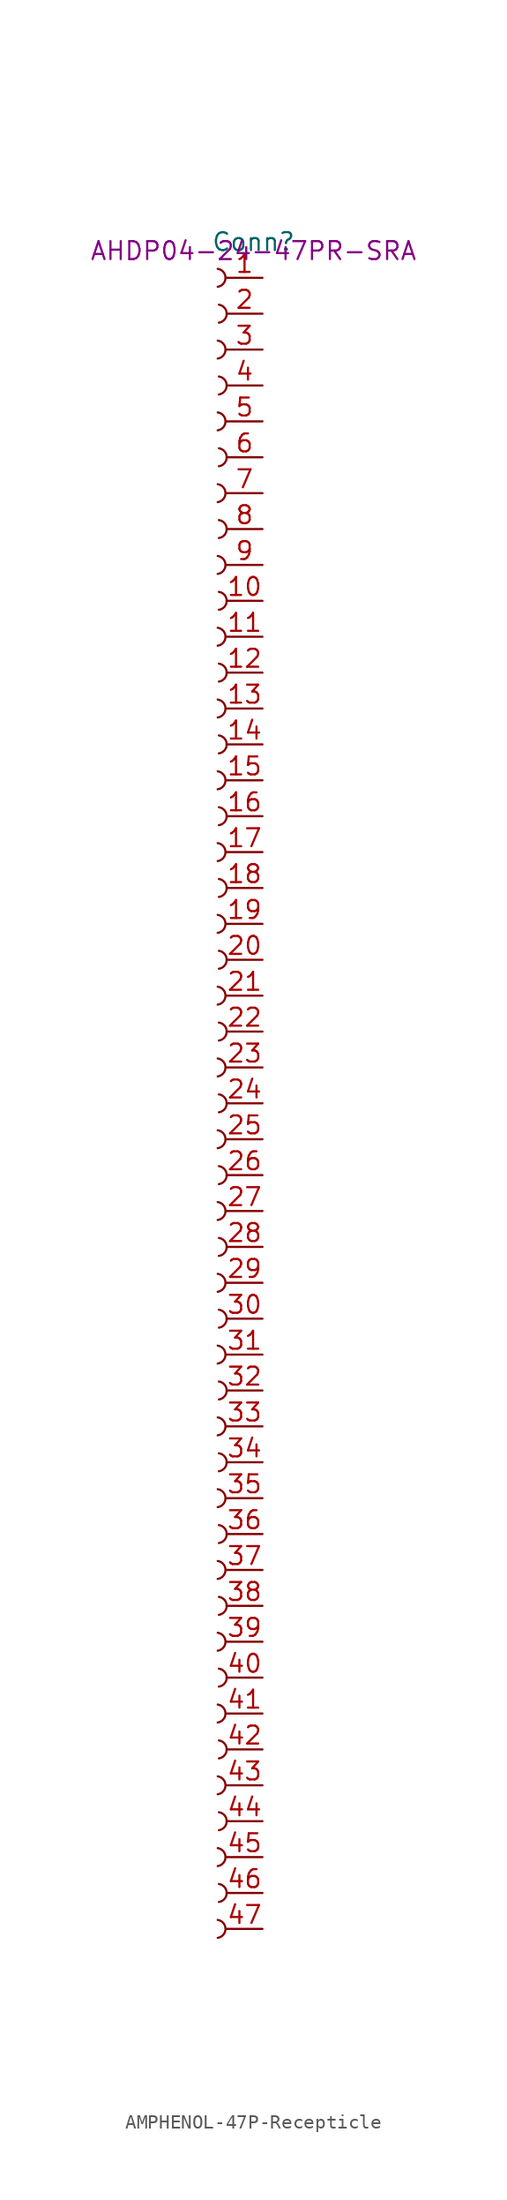
<source format=kicad_sym>
(kicad_symbol_lib
  (version 20220914)
  (generator kicad_symbol_editor)
  (symbol "AMPHENOL-47P-Recepticle"
    (property "Reference" "Conn"
      (at 0 0.635 0)
      (effects (font (size 1.27 1.27))))
    (property "P/N" "AHDP04-24-47PR-SRA"
      (at 0 0 0)
      (effects (font (size 1.27 1.27))))
    (symbol "AMPHENOL-47P-Recepticle_0_1"
      (arc (start -2.5368 -119.3807) (mid -1.9833 -118.7463) (end -2.5355 -118.1107) (stroke (width 0) (type default)) (fill (type none)))
      (arc (start -2.5368 -114.3007) (mid -1.9833 -113.6663) (end -2.5355 -113.0307) (stroke (width 0) (type default)) (fill (type none)))
      (arc (start -2.5368 -109.2207) (mid -1.9833 -108.5863) (end -2.5355 -107.9507) (stroke (width 0) (type default)) (fill (type none)))
      (arc (start -2.5368 -104.1407) (mid -1.9833 -103.5063) (end -2.5355 -102.8707) (stroke (width 0) (type default)) (fill (type none)))
      (arc (start -2.5368 -99.0607) (mid -1.9833 -98.4263) (end -2.5355 -97.7907) (stroke (width 0) (type default)) (fill (type none)))
      (arc (start -2.5368 -93.9807) (mid -1.9833 -93.3463) (end -2.5355 -92.7107) (stroke (width 0) (type default)) (fill (type none)))
      (arc (start -2.5368 -88.9007) (mid -1.9833 -88.2663) (end -2.5355 -87.6307) (stroke (width 0) (type default)) (fill (type none)))
      (arc (start -2.5368 -83.8207) (mid -1.9833 -83.1863) (end -2.5355 -82.5507) (stroke (width 0) (type default)) (fill (type none)))
      (arc (start -2.5368 -78.7407) (mid -1.9833 -78.1063) (end -2.5355 -77.4707) (stroke (width 0) (type default)) (fill (type none)))
      (arc (start -2.5368 -73.6607) (mid -1.9833 -73.0263) (end -2.5355 -72.3907) (stroke (width 0) (type default)) (fill (type none)))
      (arc (start -2.5368 -68.5807) (mid -1.9833 -67.9463) (end -2.5355 -67.3107) (stroke (width 0) (type default)) (fill (type none)))
      (arc (start -2.5368 -63.5007) (mid -1.9833 -62.8663) (end -2.5355 -62.2307) (stroke (width 0) (type default)) (fill (type none)))
      (arc (start -2.5368 -58.4207) (mid -1.9833 -57.7863) (end -2.5355 -57.1507) (stroke (width 0) (type default)) (fill (type none)))
      (arc (start -2.5368 -53.3407) (mid -1.9833 -52.7063) (end -2.5355 -52.0707) (stroke (width 0) (type default)) (fill (type none)))
      (arc (start -2.5368 -48.2607) (mid -1.9833 -47.6263) (end -2.5355 -46.9907) (stroke (width 0) (type default)) (fill (type none)))
      (arc (start -2.5368 -43.1807) (mid -1.9833 -42.5463) (end -2.5355 -41.9107) (stroke (width 0) (type default)) (fill (type none)))
      (arc (start -2.5368 -38.1007) (mid -1.9833 -37.4663) (end -2.5355 -36.8307) (stroke (width 0) (type default)) (fill (type none)))
      (arc (start -2.5368 -33.0207) (mid -1.9833 -32.3863) (end -2.5355 -31.7507) (stroke (width 0) (type default)) (fill (type none)))
      (arc (start -2.5368 -27.9407) (mid -1.9833 -27.3063) (end -2.5355 -26.6707) (stroke (width 0) (type default)) (fill (type none)))
      (arc (start -2.5368 -22.8607) (mid -1.9833 -22.2263) (end -2.5355 -21.5907) (stroke (width 0) (type default)) (fill (type none)))
      (arc (start -2.5368 -17.7807) (mid -1.9833 -17.1463) (end -2.5355 -16.5107) (stroke (width 0) (type default)) (fill (type none)))
      (arc (start -2.5368 -12.7007) (mid -1.9833 -12.0663) (end -2.5355 -11.4307) (stroke (width 0) (type default)) (fill (type none)))
      (arc (start -2.5368 -7.6207) (mid -1.9833 -6.9863) (end -2.5355 -6.3507) (stroke (width 0) (type default)) (fill (type none)))
      (arc (start -2.5368 -2.5407) (mid -1.9833 -1.9063) (end -2.5355 -1.2707) (stroke (width 0) (type default)) (fill (type none)))
      (arc (start -2.4524 -116.8401) (mid -1.8989 -116.2057) (end -2.4511 -115.5701) (stroke (width 0) (type default)) (fill (type none)))
      (arc (start -2.4524 -111.7601) (mid -1.8989 -111.1257) (end -2.4511 -110.4901) (stroke (width 0) (type default)) (fill (type none)))
      (arc (start -2.4524 -106.6801) (mid -1.8989 -106.0457) (end -2.4511 -105.4101) (stroke (width 0) (type default)) (fill (type none)))
      (arc (start -2.4524 -101.6001) (mid -1.8989 -100.9657) (end -2.4511 -100.3301) (stroke (width 0) (type default)) (fill (type none)))
      (arc (start -2.4524 -96.5201) (mid -1.8989 -95.8857) (end -2.4511 -95.2501) (stroke (width 0) (type default)) (fill (type none)))
      (arc (start -2.4524 -91.4401) (mid -1.8989 -90.8057) (end -2.4511 -90.1701) (stroke (width 0) (type default)) (fill (type none)))
      (arc (start -2.4524 -86.3601) (mid -1.8989 -85.7257) (end -2.4511 -85.0901) (stroke (width 0) (type default)) (fill (type none)))
      (arc (start -2.4524 -81.2801) (mid -1.8989 -80.6457) (end -2.4511 -80.0101) (stroke (width 0) (type default)) (fill (type none)))
      (arc (start -2.4524 -76.2001) (mid -1.8989 -75.5657) (end -2.4511 -74.9301) (stroke (width 0) (type default)) (fill (type none)))
      (arc (start -2.4524 -71.1201) (mid -1.8989 -70.4857) (end -2.4511 -69.8501) (stroke (width 0) (type default)) (fill (type none)))
      (arc (start -2.4524 -66.0401) (mid -1.8989 -65.4057) (end -2.4511 -64.7701) (stroke (width 0) (type default)) (fill (type none)))
      (arc (start -2.4524 -60.9601) (mid -1.8989 -60.3257) (end -2.4511 -59.6901) (stroke (width 0) (type default)) (fill (type none)))
      (arc (start -2.4524 -55.8801) (mid -1.8989 -55.2457) (end -2.4511 -54.6101) (stroke (width 0) (type default)) (fill (type none)))
      (arc (start -2.4524 -50.8001) (mid -1.8989 -50.1657) (end -2.4511 -49.5301) (stroke (width 0) (type default)) (fill (type none)))
      (arc (start -2.4524 -45.7201) (mid -1.8989 -45.0857) (end -2.4511 -44.4501) (stroke (width 0) (type default)) (fill (type none)))
      (arc (start -2.4524 -40.6401) (mid -1.8989 -40.0057) (end -2.4511 -39.3701) (stroke (width 0) (type default)) (fill (type none)))
      (arc (start -2.4524 -35.5601) (mid -1.8989 -34.9257) (end -2.4511 -34.2901) (stroke (width 0) (type default)) (fill (type none)))
      (arc (start -2.4524 -30.4801) (mid -1.8989 -29.8457) (end -2.4511 -29.2101) (stroke (width 0) (type default)) (fill (type none)))
      (arc (start -2.4524 -25.4001) (mid -1.8989 -24.7657) (end -2.4511 -24.1301) (stroke (width 0) (type default)) (fill (type none)))
      (arc (start -2.4524 -20.3201) (mid -1.8989 -19.6857) (end -2.4511 -19.0501) (stroke (width 0) (type default)) (fill (type none)))
      (arc (start -2.4524 -15.2401) (mid -1.8989 -14.6057) (end -2.4511 -13.9701) (stroke (width 0) (type default)) (fill (type none)))
      (arc (start -2.4524 -10.1601) (mid -1.8989 -9.5257) (end -2.4511 -8.8901) (stroke (width 0) (type default)) (fill (type none)))
      (arc (start -2.4524 -5.0801) (mid -1.8989 -4.4457) (end -2.4511 -3.8101) (stroke (width 0) (type default)) (fill (type none))))
    (symbol "AMPHENOL-47P-Recepticle_1_1"
      (pin input line (at 0.635 -1.905 180) (length 2.54) (name "" (effects (font (size 1.27 1.27)))) (number "1" (effects (font (size 1.27 1.27)))))
      (pin input line (at 0.635 -24.765 180) (length 2.54) (name "" (effects (font (size 1.27 1.27)))) (number "10" (effects (font (size 1.27 1.27)))))
      (pin input line (at 0.635 -27.305 180) (length 2.54) (name "" (effects (font (size 1.27 1.27)))) (number "11" (effects (font (size 1.27 1.27)))))
      (pin input line (at 0.635 -29.845 180) (length 2.54) (name "" (effects (font (size 1.27 1.27)))) (number "12" (effects (font (size 1.27 1.27)))))
      (pin input line (at 0.635 -32.385 180) (length 2.54) (name "" (effects (font (size 1.27 1.27)))) (number "13" (effects (font (size 1.27 1.27)))))
      (pin input line (at 0.635 -34.925 180) (length 2.54) (name "" (effects (font (size 1.27 1.27)))) (number "14" (effects (font (size 1.27 1.27)))))
      (pin input line (at 0.635 -37.465 180) (length 2.54) (name "" (effects (font (size 1.27 1.27)))) (number "15" (effects (font (size 1.27 1.27)))))
      (pin input line (at 0.635 -40.005 180) (length 2.54) (name "" (effects (font (size 1.27 1.27)))) (number "16" (effects (font (size 1.27 1.27)))))
      (pin input line (at 0.635 -42.545 180) (length 2.54) (name "" (effects (font (size 1.27 1.27)))) (number "17" (effects (font (size 1.27 1.27)))))
      (pin input line (at 0.635 -45.085 180) (length 2.54) (name "" (effects (font (size 1.27 1.27)))) (number "18" (effects (font (size 1.27 1.27)))))
      (pin input line (at 0.635 -47.625 180) (length 2.54) (name "" (effects (font (size 1.27 1.27)))) (number "19" (effects (font (size 1.27 1.27)))))
      (pin input line (at 0.635 -4.445 180) (length 2.54) (name "" (effects (font (size 1.27 1.27)))) (number "2" (effects (font (size 1.27 1.27)))))
      (pin input line (at 0.635 -50.165 180) (length 2.54) (name "" (effects (font (size 1.27 1.27)))) (number "20" (effects (font (size 1.27 1.27)))))
      (pin input line (at 0.635 -52.705 180) (length 2.54) (name "" (effects (font (size 1.27 1.27)))) (number "21" (effects (font (size 1.27 1.27)))))
      (pin input line (at 0.635 -55.245 180) (length 2.54) (name "" (effects (font (size 1.27 1.27)))) (number "22" (effects (font (size 1.27 1.27)))))
      (pin input line (at 0.635 -57.785 180) (length 2.54) (name "" (effects (font (size 1.27 1.27)))) (number "23" (effects (font (size 1.27 1.27)))))
      (pin input line (at 0.635 -60.325 180) (length 2.54) (name "" (effects (font (size 1.27 1.27)))) (number "24" (effects (font (size 1.27 1.27)))))
      (pin input line (at 0.635 -62.865 180) (length 2.54) (name "" (effects (font (size 1.27 1.27)))) (number "25" (effects (font (size 1.27 1.27)))))
      (pin input line (at 0.635 -65.405 180) (length 2.54) (name "" (effects (font (size 1.27 1.27)))) (number "26" (effects (font (size 1.27 1.27)))))
      (pin input line (at 0.635 -67.945 180) (length 2.54) (name "" (effects (font (size 1.27 1.27)))) (number "27" (effects (font (size 1.27 1.27)))))
      (pin input line (at 0.635 -70.485 180) (length 2.54) (name "" (effects (font (size 1.27 1.27)))) (number "28" (effects (font (size 1.27 1.27)))))
      (pin input line (at 0.635 -73.025 180) (length 2.54) (name "" (effects (font (size 1.27 1.27)))) (number "29" (effects (font (size 1.27 1.27)))))
      (pin input line (at 0.635 -6.985 180) (length 2.54) (name "" (effects (font (size 1.27 1.27)))) (number "3" (effects (font (size 1.27 1.27)))))
      (pin input line (at 0.635 -75.565 180) (length 2.54) (name "" (effects (font (size 1.27 1.27)))) (number "30" (effects (font (size 1.27 1.27)))))
      (pin input line (at 0.635 -78.105 180) (length 2.54) (name "" (effects (font (size 1.27 1.27)))) (number "31" (effects (font (size 1.27 1.27)))))
      (pin input line (at 0.635 -80.645 180) (length 2.54) (name "" (effects (font (size 1.27 1.27)))) (number "32" (effects (font (size 1.27 1.27)))))
      (pin input line (at 0.635 -83.185 180) (length 2.54) (name "" (effects (font (size 1.27 1.27)))) (number "33" (effects (font (size 1.27 1.27)))))
      (pin input line (at 0.635 -85.725 180) (length 2.54) (name "" (effects (font (size 1.27 1.27)))) (number "34" (effects (font (size 1.27 1.27)))))
      (pin input line (at 0.635 -88.265 180) (length 2.54) (name "" (effects (font (size 1.27 1.27)))) (number "35" (effects (font (size 1.27 1.27)))))
      (pin input line (at 0.635 -90.805 180) (length 2.54) (name "" (effects (font (size 1.27 1.27)))) (number "36" (effects (font (size 1.27 1.27)))))
      (pin input line (at 0.635 -93.345 180) (length 2.54) (name "" (effects (font (size 1.27 1.27)))) (number "37" (effects (font (size 1.27 1.27)))))
      (pin input line (at 0.635 -95.885 180) (length 2.54) (name "" (effects (font (size 1.27 1.27)))) (number "38" (effects (font (size 1.27 1.27)))))
      (pin input line (at 0.635 -98.425 180) (length 2.54) (name "" (effects (font (size 1.27 1.27)))) (number "39" (effects (font (size 1.27 1.27)))))
      (pin input line (at 0.635 -9.525 180) (length 2.54) (name "" (effects (font (size 1.27 1.27)))) (number "4" (effects (font (size 1.27 1.27)))))
      (pin input line (at 0.635 -100.965 180) (length 2.54) (name "" (effects (font (size 1.27 1.27)))) (number "40" (effects (font (size 1.27 1.27)))))
      (pin input line (at 0.635 -103.505 180) (length 2.54) (name "" (effects (font (size 1.27 1.27)))) (number "41" (effects (font (size 1.27 1.27)))))
      (pin input line (at 0.635 -106.045 180) (length 2.54) (name "" (effects (font (size 1.27 1.27)))) (number "42" (effects (font (size 1.27 1.27)))))
      (pin input line (at 0.635 -108.585 180) (length 2.54) (name "" (effects (font (size 1.27 1.27)))) (number "43" (effects (font (size 1.27 1.27)))))
      (pin input line (at 0.635 -111.125 180) (length 2.54) (name "" (effects (font (size 1.27 1.27)))) (number "44" (effects (font (size 1.27 1.27)))))
      (pin input line (at 0.635 -113.665 180) (length 2.54) (name "" (effects (font (size 1.27 1.27)))) (number "45" (effects (font (size 1.27 1.27)))))
      (pin input line (at 0.635 -116.205 180) (length 2.54) (name "" (effects (font (size 1.27 1.27)))) (number "46" (effects (font (size 1.27 1.27)))))
      (pin input line (at 0.635 -118.745 180) (length 2.54) (name "" (effects (font (size 1.27 1.27)))) (number "47" (effects (font (size 1.27 1.27)))))
      (pin input line (at 0.635 -12.065 180) (length 2.54) (name "" (effects (font (size 1.27 1.27)))) (number "5" (effects (font (size 1.27 1.27)))))
      (pin input line (at 0.635 -14.605 180) (length 2.54) (name "" (effects (font (size 1.27 1.27)))) (number "6" (effects (font (size 1.27 1.27)))))
      (pin input line (at 0.635 -17.145 180) (length 2.54) (name "" (effects (font (size 1.27 1.27)))) (number "7" (effects (font (size 1.27 1.27)))))
      (pin input line (at 0.635 -19.685 180) (length 2.54) (name "" (effects (font (size 1.27 1.27)))) (number "8" (effects (font (size 1.27 1.27)))))
      (pin input line (at 0.635 -22.225 180) (length 2.54) (name "" (effects (font (size 1.27 1.27)))) (number "9" (effects (font (size 1.27 1.27))))))))
</source>
